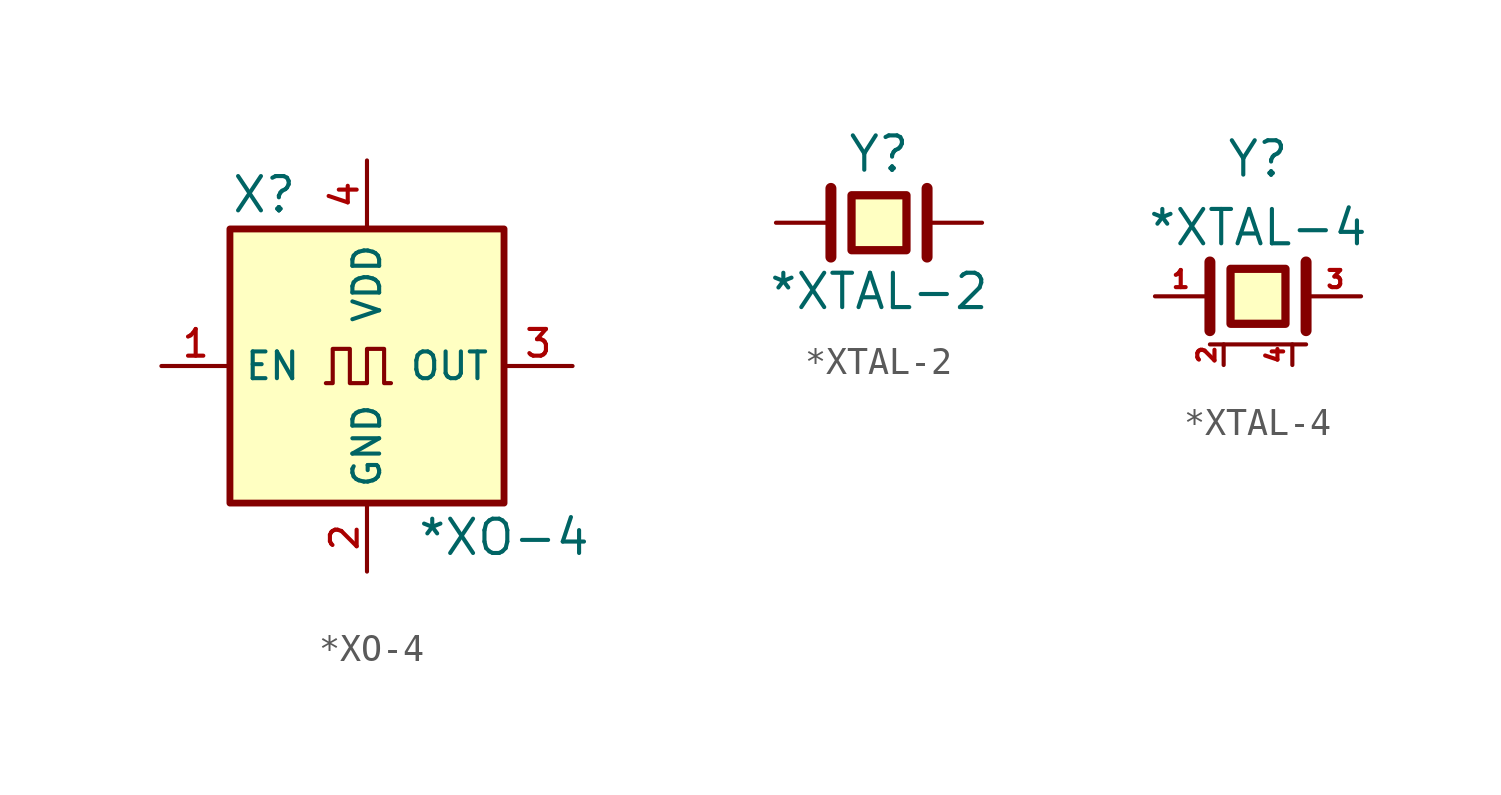
<source format=kicad_sym>
(kicad_symbol_lib
  (version 20211014)
  (generator kicad_symbol_editor)
  (symbol "*XO-4"
    (property "Reference" "X"
      (at 3.81 6.35 0)
      (effects (font (size 1.27 1.27))))
    (property "Value" "*XO-4"
      (at 12.7 -6.35 0)
      (effects (font (size 1.27 1.27))))
    (symbol "*XO-4_0_1"
      (polyline (pts (xy 6.096 -0.635) (xy 6.35 -0.635) (xy 6.35 0.635) (xy 6.985 0.635) (xy 6.985 -0.635) (xy 7.62 -0.635) (xy 7.62 0.635) (xy 8.255 0.635) (xy 8.255 -0.635) (xy 8.509 -0.635)) (stroke (width 0) (type default) (color 0 0 0 0)) (fill (type none)))
      (rectangle (start 2.54 5.08) (end 12.7 -5.08) (stroke (width 0.254) (type default) (color 0 0 0 0)) (fill (type background))))
    (symbol "*XO-4_1_1"
      (pin input line (at 0 0 0) (length 2.54) (name "EN" (effects (font (size 0.991 0.991)))) (number "1" (effects (font (size 0.991 0.991)))))
      (pin power_in line (at 7.62 -7.62 90) (length 2.54) (name "GND" (effects (font (size 0.991 0.991)))) (number "2" (effects (font (size 0.991 0.991)))))
      (pin output line (at 15.24 0 180) (length 2.54) (name "OUT" (effects (font (size 0.991 0.991)))) (number "3" (effects (font (size 0.991 0.991)))))
      (pin power_in line (at 7.62 7.62 270) (length 2.54) (name "VDD" (effects (font (size 0.991 0.991)))) (number "4" (effects (font (size 0.991 0.991)))))))
  (symbol "*XTAL-2"
    (pin_numbers hide)
    (pin_names
      (offset 0) hide)
    (property "Reference" "Y"
      (at 3.81 2.54 0)
      (effects (font (size 1.27 1.27))))
    (property "Value" "*XTAL-2"
      (at 3.81 -2.54 0)
      (effects (font (size 1.27 1.27))))
    (symbol "*XTAL-2_0_1"
      (polyline (pts (xy 2.032 1.27) (xy 2.032 -1.27)) (stroke (width 0.406) (type default) (color 0 0 0 0)) (fill (type none)))
      (polyline (pts (xy 5.588 1.27) (xy 5.588 -1.27)) (stroke (width 0.406) (type default) (color 0 0 0 0)) (fill (type none)))
      (polyline (pts (xy 2.794 1.016) (xy 4.826 1.016) (xy 4.826 -1.016) (xy 2.794 -1.016) (xy 2.794 1.016)) (stroke (width 0.305) (type default) (color 0 0 0 0)) (fill (type background))))
    (symbol "*XTAL-2_1_1"
      (pin passive line (at 0 0 0) (length 1.905) (name "1" (effects (font (size 0.508 0.508)))) (number "1" (effects (font (size 0.635 0.635)))))
      (pin passive line (at 7.62 0 180) (length 1.905) (name "2" (effects (font (size 0.508 0.508)))) (number "2" (effects (font (size 0.635 0.635)))))))
  (symbol "*XTAL-4"
    (pin_names hide)
    (property "Reference" "Y"
      (at 3.81 5.08 0)
      (effects (font (size 1.27 1.27))))
    (property "Value" "*XTAL-4"
      (at 3.81 2.54 0)
      (effects (font (size 1.27 1.27))))
    (symbol "*XTAL-4_0_1"
      (polyline (pts (xy 2.032 -1.778) (xy 5.588 -1.778)) (stroke (width 0) (type default) (color 0 0 0 0)) (fill (type none)))
      (polyline (pts (xy 2.032 1.27) (xy 2.032 -1.27)) (stroke (width 0.406) (type default) (color 0 0 0 0)) (fill (type none)))
      (polyline (pts (xy 5.588 1.27) (xy 5.588 -1.27)) (stroke (width 0.406) (type default) (color 0 0 0 0)) (fill (type none)))
      (polyline (pts (xy 2.794 1.016) (xy 4.826 1.016) (xy 4.826 -1.016) (xy 2.794 -1.016) (xy 2.794 1.016)) (stroke (width 0.305) (type default) (color 0 0 0 0)) (fill (type background))))
    (symbol "*XTAL-4_1_1"
      (pin passive line (at 0 0 0) (length 1.905) (name "1" (effects (font (size 0.508 0.508)))) (number "1" (effects (font (size 0.635 0.635)))))
      (pin passive line (at 2.54 -2.54 90) (length 0.762) (name "2" (effects (font (size 0.508 0.508)))) (number "2" (effects (font (size 0.635 0.635)))))
      (pin passive line (at 7.62 0 180) (length 1.905) (name "3" (effects (font (size 0.508 0.508)))) (number "3" (effects (font (size 0.635 0.635)))))
      (pin passive line (at 5.08 -2.54 90) (length 0.762) (name "4" (effects (font (size 0.508 0.508)))) (number "4" (effects (font (size 0.635 0.635))))))))
</source>
